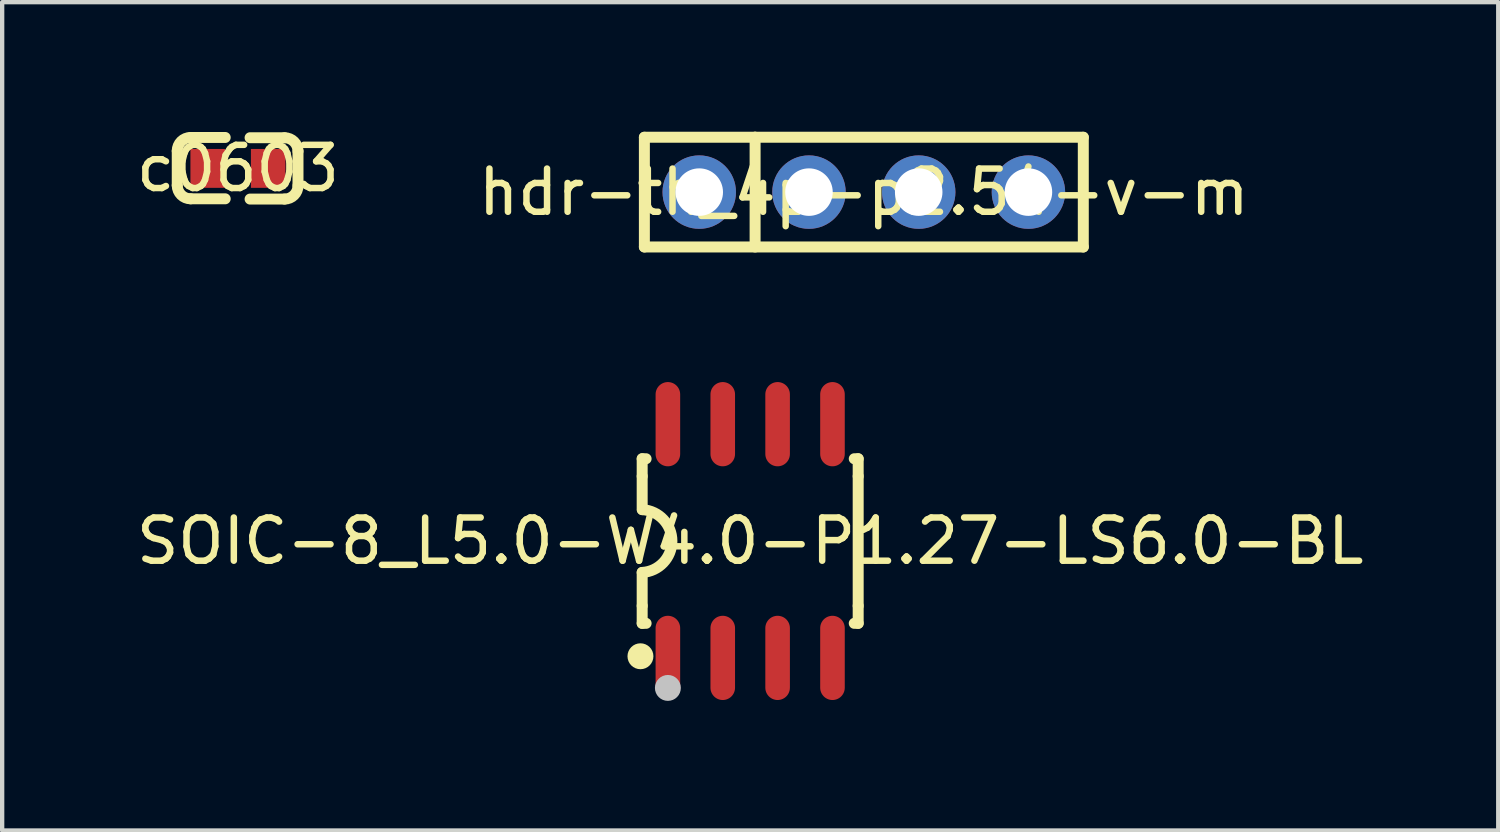
<source format=kicad_pcb>
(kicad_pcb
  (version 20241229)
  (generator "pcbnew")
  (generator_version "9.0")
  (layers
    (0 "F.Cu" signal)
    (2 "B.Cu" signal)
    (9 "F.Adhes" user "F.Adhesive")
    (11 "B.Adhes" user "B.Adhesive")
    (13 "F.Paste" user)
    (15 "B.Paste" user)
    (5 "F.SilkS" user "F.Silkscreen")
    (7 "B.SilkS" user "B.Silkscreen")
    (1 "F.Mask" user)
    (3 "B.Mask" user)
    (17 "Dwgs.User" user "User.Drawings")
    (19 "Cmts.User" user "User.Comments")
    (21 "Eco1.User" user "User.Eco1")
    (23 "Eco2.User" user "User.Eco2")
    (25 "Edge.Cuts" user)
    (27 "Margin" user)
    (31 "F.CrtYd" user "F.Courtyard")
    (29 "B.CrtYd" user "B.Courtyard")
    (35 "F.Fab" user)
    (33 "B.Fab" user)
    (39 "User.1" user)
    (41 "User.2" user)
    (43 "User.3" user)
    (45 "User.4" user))
  (footprint "SOIC-8_L5.0-W4.0-P1.27-LS6.0-BL"
    (layer "F.Cu")
    (at 14.315 9.474)
    (property "Reference" "SOIC-8_L5.0-W4.0-P1.27-LS6.0-BL" (at 0 0 0) (unlocked yes) (layer "F.SilkS") (effects (font (size 1 1) (thickness 0.15))))
    (fp_line (start -2.5 -1.905) (end -2.409 -1.905) (stroke (width 0.254) (type default)) (layer "F.SilkS"))
    (fp_line (start -2.5 -1.5) (end -2.5 -1.905) (stroke (width 0.254) (type default)) (layer "F.SilkS"))
    (fp_line (start -2.5 -1.5) (end -2.5 -0.727) (stroke (width 0.254) (type default)) (layer "F.SilkS"))
    (fp_line (start -2.5 1.5) (end -2.5 0.727) (stroke (width 0.254) (type default)) (layer "F.SilkS"))
    (fp_line (start -2.5 1.5) (end -2.5 1.905) (stroke (width 0.254) (type default)) (layer "F.SilkS"))
    (fp_line (start -2.5 1.905) (end -2.409 1.905) (stroke (width 0.254) (type default)) (layer "F.SilkS"))
    (fp_line (start 2.5 -1.905) (end 2.409 -1.905) (stroke (width 0.254) (type default)) (layer "F.SilkS"))
    (fp_line (start 2.5 -1.5) (end 2.5 -1.905) (stroke (width 0.254) (type default)) (layer "F.SilkS"))
    (fp_line (start 2.5 -1.5) (end 2.5 1.5) (stroke (width 0.254) (type default)) (layer "F.SilkS"))
    (fp_line (start 2.5 1.5) (end 2.5 1.905) (stroke (width 0.254) (type default)) (layer "F.SilkS"))
    (fp_line (start 2.5 1.905) (end 2.409 1.905) (stroke (width 0.254) (type default)) (layer "F.SilkS"))
    (fp_arc (start -2.495 -0.7265) (mid -1.812112 0.002496) (end -2.5 0.7265) (stroke (width 0.254) (type default)) (layer "F.SilkS"))
    (fp_circle (center -2.54 2.667) (end -2.39 2.667) (stroke (width 0.3) (type default)) (fill no) (layer "F.SilkS"))
    (fp_circle (center -1.905 3.4) (end -1.755 3.4) (stroke (width 0.3) (type default)) (fill no) (layer "Dwgs.User"))
    (fp_poly (pts (xy -2.11 -2.165) (xy -2.11 -3) (xy -1.7 -3) (xy -1.7 -2.165)) (stroke (width 0.1) (type default)) (fill no) (layer "User.1"))
    (fp_poly (pts (xy -2.11 -1.94) (xy -2.11 -2.175) (xy -1.7 -2.175) (xy -1.7 -1.94)) (stroke (width 0.1) (type default)) (fill no) (layer "User.1"))
    (fp_poly (pts (xy -2.11 2.175) (xy -2.11 1.94) (xy -1.7 1.94) (xy -1.7 2.175)) (stroke (width 0.1) (type default)) (fill no) (layer "User.1"))
    (fp_poly (pts (xy -2.11 3) (xy -2.11 2.165) (xy -1.7 2.165) (xy -1.7 3)) (stroke (width 0.1) (type default)) (fill no) (layer "User.1"))
    (fp_poly (pts (xy -0.84 -2.165) (xy -0.84 -3) (xy -0.43 -3) (xy -0.43 -2.165)) (stroke (width 0.1) (type default)) (fill no) (layer "User.1"))
    (fp_poly (pts (xy -0.84 -1.94) (xy -0.84 -2.175) (xy -0.43 -2.175) (xy -0.43 -1.94)) (stroke (width 0.1) (type default)) (fill no) (layer "User.1"))
    (fp_poly (pts (xy -0.84 2.175) (xy -0.84 1.94) (xy -0.43 1.94) (xy -0.43 2.175)) (stroke (width 0.1) (type default)) (fill no) (layer "User.1"))
    (fp_poly (pts (xy -0.84 3) (xy -0.84 2.165) (xy -0.43 2.165) (xy -0.43 3)) (stroke (width 0.1) (type default)) (fill no) (layer "User.1"))
    (fp_poly (pts (xy 0.43 -2.165) (xy 0.43 -3) (xy 0.84 -3) (xy 0.84 -2.165)) (stroke (width 0.1) (type default)) (fill no) (layer "User.1"))
    (fp_poly (pts (xy 0.43 -1.94) (xy 0.43 -2.175) (xy 0.84 -2.175) (xy 0.84 -1.94)) (stroke (width 0.1) (type default)) (fill no) (layer "User.1"))
    (fp_poly (pts (xy 0.43 2.175) (xy 0.43 1.94) (xy 0.84 1.94) (xy 0.84 2.175)) (stroke (width 0.1) (type default)) (fill no) (layer "User.1"))
    (fp_poly (pts (xy 0.43 3) (xy 0.43 2.165) (xy 0.84 2.165) (xy 0.84 3)) (stroke (width 0.1) (type default)) (fill no) (layer "User.1"))
    (fp_poly (pts (xy 1.7 -2.165) (xy 1.7 -3) (xy 2.11 -3) (xy 2.11 -2.165)) (stroke (width 0.1) (type default)) (fill no) (layer "User.1"))
    (fp_poly (pts (xy 1.7 -1.94) (xy 1.7 -2.175) (xy 2.11 -2.175) (xy 2.11 -1.94)) (stroke (width 0.1) (type default)) (fill no) (layer "User.1"))
    (fp_poly (pts (xy 1.7 2.175) (xy 1.7 1.94) (xy 2.11 1.94) (xy 2.11 2.175)) (stroke (width 0.1) (type default)) (fill no) (layer "User.1"))
    (fp_poly (pts (xy 1.7 3) (xy 1.7 2.165) (xy 2.11 2.165) (xy 2.11 3)) (stroke (width 0.1) (type default)) (fill no) (layer "User.1"))
    (fp_line (start -2.5 -2) (end 2.5 -2) (stroke (width 0.051) (type default)) (layer "User.2"))
    (fp_line (start -2.5 2) (end -2.5 -2) (stroke (width 0.051) (type default)) (layer "User.2"))
    (fp_line (start 2.5 -2) (end 2.5 2) (stroke (width 0.051) (type default)) (layer "User.2"))
    (fp_line (start 2.5 2) (end -2.5 2) (stroke (width 0.051) (type default)) (layer "User.2"))
    (fp_poly (pts (xy -2.36 3) (xy -2.378 2.958) (xy -2.42 2.94) (xy -2.462 2.958) (xy -2.48 3) (xy -2.462 3.042) (xy -2.42 3.06) (xy -2.378 3.042)) (stroke (width 0.1) (type default)) (fill no) (layer "User.3"))
    (pad "1" smd oval (at -1.905 2.705) (size 0.569 1.95) (layers "F.Cu" "F.Mask" "F.Paste"))
    (pad "2" smd oval (at -0.635 2.705) (size 0.569 1.95) (layers "F.Cu" "F.Mask" "F.Paste"))
    (pad "3" smd oval (at 0.635 2.705) (size 0.569 1.95) (layers "F.Cu" "F.Mask" "F.Paste"))
    (pad "4" smd oval (at 1.905 2.705) (size 0.569 1.95) (layers "F.Cu" "F.Mask" "F.Paste"))
    (pad "5" smd oval (at 1.905 -2.705) (size 0.569 1.95) (layers "F.Cu" "F.Mask" "F.Paste"))
    (pad "6" smd oval (at 0.635 -2.705) (size 0.569 1.95) (layers "F.Cu" "F.Mask" "F.Paste"))
    (pad "7" smd oval (at -0.635 -2.705) (size 0.569 1.95) (layers "F.Cu" "F.Mask" "F.Paste"))
    (pad "8" smd oval (at -1.905 -2.705) (size 0.569 1.95) (layers "F.Cu" "F.Mask" "F.Paste")))
  (footprint "hdr-th_4p-p2.54-v-m"
    (layer "F.Cu")
    (at 16.946 1.397)
    (property "Reference" "hdr-th_4p-p2.54-v-m" (at 0 0 0) (unlocked yes) (layer "F.SilkS") (effects (font (size 1 1) (thickness 0.15))))
    (fp_line (start -5.08 -1.27) (end -2.517 -1.27) (stroke (width 0.254) (type default)) (layer "F.SilkS"))
    (fp_line (start -5.08 1.27) (end -5.08 -1.27) (stroke (width 0.254) (type default)) (layer "F.SilkS"))
    (fp_line (start -2.517 -1.27) (end -2.517 1.27) (stroke (width 0.254) (type default)) (layer "F.SilkS"))
    (fp_line (start -2.517 -1.27) (end 5.08 -1.27) (stroke (width 0.254) (type default)) (layer "F.SilkS"))
    (fp_line (start 5.08 -1.27) (end 5.08 1.27) (stroke (width 0.254) (type default)) (layer "F.SilkS"))
    (fp_line (start 5.08 1.27) (end -5.08 1.27) (stroke (width 0.254) (type default)) (layer "F.SilkS"))
    (fp_poly (pts (xy -4.13 -0.32) (xy -3.49 -0.32) (xy -3.49 0.32) (xy -4.13 0.32)) (stroke (width 0.1) (type default)) (fill no) (layer "User.1"))
    (fp_poly (pts (xy -1.59 -0.32) (xy -0.95 -0.32) (xy -0.95 0.32) (xy -1.59 0.32)) (stroke (width 0.1) (type default)) (fill no) (layer "User.1"))
    (fp_poly (pts (xy 0.95 -0.32) (xy 1.59 -0.32) (xy 1.59 0.32) (xy 0.95 0.32)) (stroke (width 0.1) (type default)) (fill no) (layer "User.1"))
    (fp_poly (pts (xy 3.49 -0.32) (xy 4.13 -0.32) (xy 4.13 0.32) (xy 3.49 0.32)) (stroke (width 0.1) (type default)) (fill no) (layer "User.1"))
    (fp_line (start -5.08 -1.25) (end 5.08 -1.25) (stroke (width 0.051) (type default)) (layer "User.2"))
    (fp_line (start -5.08 1.25) (end -5.08 -1.25) (stroke (width 0.051) (type default)) (layer "User.2"))
    (fp_line (start 5.08 -1.25) (end 5.08 1.25) (stroke (width 0.051) (type default)) (layer "User.2"))
    (fp_line (start 5.08 1.25) (end -5.08 1.25) (stroke (width 0.051) (type default)) (layer "User.2"))
    (fp_poly (pts (xy -5.02 1.25) (xy -5.038 1.208) (xy -5.08 1.19) (xy -5.122 1.208) (xy -5.14 1.25) (xy -5.122 1.292) (xy -5.08 1.31) (xy -5.038 1.292)) (stroke (width 0.1) (type default)) (fill no) (layer "User.3"))
    (pad "1" thru_hole circle (at -3.81 0) (size 1.7 1.7) (drill 1.1) (layers "*.Cu" "*.Mask"))
    (pad "2" thru_hole circle (at -1.27 0) (size 1.7 1.7) (drill 1.1) (layers "*.Cu" "*.Mask"))
    (pad "3" thru_hole circle (at 1.27 0) (size 1.7 1.7) (drill 1.1) (layers "*.Cu" "*.Mask"))
    (pad "4" thru_hole circle (at 3.81 0) (size 1.7 1.7) (drill 1.1) (layers "*.Cu" "*.Mask")))
  (footprint "c0603"
    (layer "F.Cu")
    (at 2.458 0.848)
    (property "Reference" "c0603" (at 0 0 0) (unlocked yes) (layer "F.SilkS") (effects (font (size 1 1) (thickness 0.15))))
    (fp_line (start -1.405 -0.406) (end -1.405 0.395) (stroke (width 0.254) (type default)) (layer "F.SilkS"))
    (fp_line (start -0.295 -0.716) (end -1.095 -0.716) (stroke (width 0.254) (type default)) (layer "F.SilkS"))
    (fp_line (start -0.295 0.704) (end -1.095 0.704) (stroke (width 0.254) (type default)) (layer "F.SilkS"))
    (fp_line (start 0.281 -0.71) (end 1.08 -0.71) (stroke (width 0.254) (type default)) (layer "F.SilkS"))
    (fp_line (start 0.281 0.71) (end 1.08 0.71) (stroke (width 0.254) (type default)) (layer "F.SilkS"))
    (fp_line (start 1.39 -0.4) (end 1.39 0.401) (stroke (width 0.254) (type default)) (layer "F.SilkS"))
    (fp_arc (start -1.4055 -0.4055) (mid -1.314703 -0.624703) (end -1.0955 -0.7155) (stroke (width 0.254) (type default)) (layer "F.SilkS"))
    (fp_arc (start -1.0955 0.704) (mid -1.31435 0.61335) (end -1.4055 0.3945) (stroke (width 0.254) (type default)) (layer "F.SilkS"))
    (fp_arc (start 1.08 -0.7095) (mid 1.29885 -0.61885) (end 1.39 -0.4) (stroke (width 0.254) (type default)) (layer "F.SilkS"))
    (fp_arc (start 1.39 0.4) (mid 1.299203 0.619203) (end 1.08 0.71) (stroke (width 0.254) (type default)) (layer "F.SilkS"))
    (fp_poly (pts (xy -0.8 0.4) (xy -0.8 -0.4) (xy -0.5 -0.4) (xy -0.5 0.4)) (stroke (width 0.1) (type default)) (fill no) (layer "User.1"))
    (fp_poly (pts (xy 0.8 0.4) (xy 0.8 -0.4) (xy 0.5 -0.4) (xy 0.5 0.4)) (stroke (width 0.1) (type default)) (fill no) (layer "User.1"))
    (fp_line (start -0.8 -0.4) (end 0.8 -0.4) (stroke (width 0.051) (type default)) (layer "User.2"))
    (fp_line (start -0.8 0.4) (end -0.8 -0.4) (stroke (width 0.051) (type default)) (layer "User.2"))
    (fp_line (start 0.8 -0.4) (end 0.8 0.4) (stroke (width 0.051) (type default)) (layer "User.2"))
    (fp_line (start 0.8 0.4) (end -0.8 0.4) (stroke (width 0.051) (type default)) (layer "User.2"))
    (fp_poly (pts (xy -0.74 0.4) (xy -0.758 0.358) (xy -0.8 0.34) (xy -0.842 0.358) (xy -0.86 0.4) (xy -0.842 0.442) (xy -0.8 0.46) (xy -0.758 0.442)) (stroke (width 0.1) (type default)) (fill no) (layer "User.3"))
    (pad "1" smd rect (at -0.7 0) (size 0.8 0.9) (layers "F.Cu" "F.Mask" "F.Paste"))
    (pad "2" smd rect (at 0.7 0) (size 0.8 0.9) (layers "F.Cu" "F.Mask" "F.Paste")))
  (gr_rect
    (start -3 -3)
    (end 31.631 16.174)
    (stroke (width 0.1) (type default))
    (fill no)
    (layer "Edge.Cuts")))
</source>
